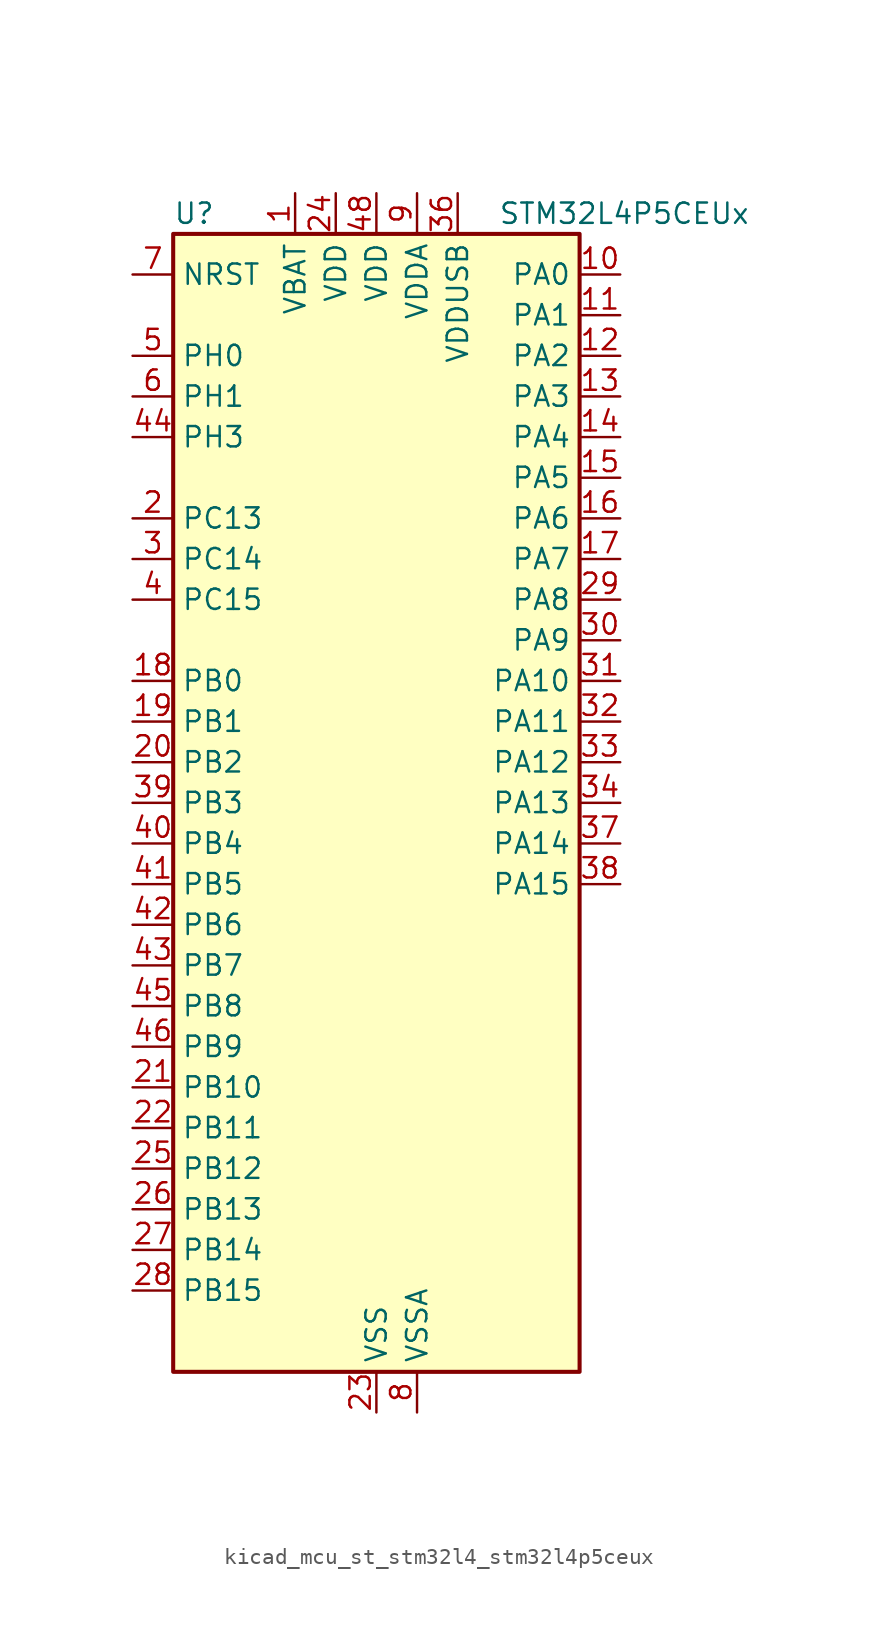
<source format=kicad_sym>
(kicad_symbol_lib
  (version 20220914)
  (generator kicad_symbol_editor)
  (symbol "kicad_mcu_st_stm32l4_stm32l4p5ceux"
    (property "Reference" "U"
      (at -12.7 36.83 0)
      (effects (font (size 1.27 1.27)) (justify left)))
    (property "Value" "STM32L4P5CEUx"
      (at 7.62 36.83 0)
      (effects (font (size 1.27 1.27)) (justify left)))
    (property "ki_locked" ""
      (at 0 0 0)
      (effects (font (size 1.27 1.27))))
    (symbol "kicad_mcu_st_stm32l4_stm32l4p5ceux_0_1"
      (rectangle (start -12.7 -35.56) (end 12.7 35.56) (stroke (width 0.254) (type default)) (fill (type background))))
    (symbol "kicad_mcu_st_stm32l4_stm32l4p5ceux_1_1"
      (pin power_in line (at -5.08 38.1 270) (length 2.54) (name "VBAT" (effects (font (size 1.27 1.27)))) (number "1" (effects (font (size 1.27 1.27)))))
      (pin bidirectional line (at 15.24 33.02 180) (length 2.54) (name "PA0" (effects (font (size 1.27 1.27)))) (number "10" (effects (font (size 1.27 1.27)))) (alternate "ADC1_IN5" bidirectional line) (alternate "ADC2_IN5" bidirectional line) (alternate "OPAMP1_VINP" bidirectional line) (alternate "RTC_TAMP2" bidirectional line) (alternate "SAI1_EXTCLK" bidirectional line) (alternate "SYS_WKUP1" bidirectional line) (alternate "TIM2_CH1" bidirectional line) (alternate "TIM2_ETR" bidirectional line) (alternate "TIM5_CH1" bidirectional line) (alternate "TIM8_ETR" bidirectional line) (alternate "UART4_TX" bidirectional line) (alternate "USART2_CTS" bidirectional line) (alternate "USART2_NSS" bidirectional line))
      (pin bidirectional line (at 15.24 30.48 180) (length 2.54) (name "PA1" (effects (font (size 1.27 1.27)))) (number "11" (effects (font (size 1.27 1.27)))) (alternate "ADC1_IN6" bidirectional line) (alternate "ADC2_IN6" bidirectional line) (alternate "I2C1_SMBA" bidirectional line) (alternate "OCTOSPIM_P1_DQS" bidirectional line) (alternate "OPAMP1_VINM" bidirectional line) (alternate "SDMMC2_CMD" bidirectional line) (alternate "SPI1_SCK" bidirectional line) (alternate "TIM15_CH1N" bidirectional line) (alternate "TIM2_CH2" bidirectional line) (alternate "TIM5_CH2" bidirectional line) (alternate "UART4_RX" bidirectional line) (alternate "USART2_DE" bidirectional line) (alternate "USART2_RTS" bidirectional line))
      (pin bidirectional line (at 15.24 27.94 180) (length 2.54) (name "PA2" (effects (font (size 1.27 1.27)))) (number "12" (effects (font (size 1.27 1.27)))) (alternate "ADC1_IN7" bidirectional line) (alternate "ADC2_IN7" bidirectional line) (alternate "LPUART1_TX" bidirectional line) (alternate "OCTOSPIM_P1_NCS" bidirectional line) (alternate "RCC_LSCO" bidirectional line) (alternate "SAI2_EXTCLK" bidirectional line) (alternate "SYS_WKUP4" bidirectional line) (alternate "TIM15_CH1" bidirectional line) (alternate "TIM2_CH3" bidirectional line) (alternate "TIM5_CH3" bidirectional line) (alternate "USART2_TX" bidirectional line))
      (pin bidirectional line (at 15.24 25.4 180) (length 2.54) (name "PA3" (effects (font (size 1.27 1.27)))) (number "13" (effects (font (size 1.27 1.27)))) (alternate "ADC1_IN8" bidirectional line) (alternate "ADC2_IN8" bidirectional line) (alternate "LPUART1_RX" bidirectional line) (alternate "OCTOSPIM_P1_CLK" bidirectional line) (alternate "OPAMP1_VOUT" bidirectional line) (alternate "SAI1_CK1" bidirectional line) (alternate "SAI1_MCLK_A" bidirectional line) (alternate "TIM15_CH2" bidirectional line) (alternate "TIM2_CH4" bidirectional line) (alternate "TIM5_CH4" bidirectional line) (alternate "USART2_RX" bidirectional line))
      (pin bidirectional line (at 15.24 22.86 180) (length 2.54) (name "PA4" (effects (font (size 1.27 1.27)))) (number "14" (effects (font (size 1.27 1.27)))) (alternate "ADC1_IN9" bidirectional line) (alternate "ADC2_IN9" bidirectional line) (alternate "DAC1_OUT1" bidirectional line) (alternate "LPTIM2_OUT" bidirectional line) (alternate "LTDC_CLK" bidirectional line) (alternate "OCTOSPIM_P1_NCS" bidirectional line) (alternate "SAI1_FS_B" bidirectional line) (alternate "SPI1_NSS" bidirectional line) (alternate "SPI3_NSS" bidirectional line) (alternate "USART2_CK" bidirectional line))
      (pin bidirectional line (at 15.24 20.32 180) (length 2.54) (name "PA5" (effects (font (size 1.27 1.27)))) (number "15" (effects (font (size 1.27 1.27)))) (alternate "ADC1_IN10" bidirectional line) (alternate "ADC2_IN10" bidirectional line) (alternate "DAC1_OUT2" bidirectional line) (alternate "LPTIM2_ETR" bidirectional line) (alternate "LTDC_R7" bidirectional line) (alternate "SPI1_SCK" bidirectional line) (alternate "TIM2_CH1" bidirectional line) (alternate "TIM2_ETR" bidirectional line) (alternate "TIM8_CH1N" bidirectional line))
      (pin bidirectional line (at 15.24 17.78 180) (length 2.54) (name "PA6" (effects (font (size 1.27 1.27)))) (number "16" (effects (font (size 1.27 1.27)))) (alternate "ADC1_IN11" bidirectional line) (alternate "ADC2_IN11" bidirectional line) (alternate "LPUART1_CTS" bidirectional line) (alternate "OCTOSPIM_P1_IO3" bidirectional line) (alternate "OPAMP2_VINP" bidirectional line) (alternate "SPI1_MISO" bidirectional line) (alternate "TIM16_CH1" bidirectional line) (alternate "TIM1_BKIN" bidirectional line) (alternate "TIM3_CH1" bidirectional line) (alternate "TIM8_BKIN" bidirectional line) (alternate "USART3_CTS" bidirectional line) (alternate "USART3_NSS" bidirectional line))
      (pin bidirectional line (at 15.24 15.24 180) (length 2.54) (name "PA7" (effects (font (size 1.27 1.27)))) (number "17" (effects (font (size 1.27 1.27)))) (alternate "ADC1_IN12" bidirectional line) (alternate "ADC2_IN12" bidirectional line) (alternate "I2C3_SCL" bidirectional line) (alternate "OCTOSPIM_P1_IO2" bidirectional line) (alternate "OPAMP2_VINM" bidirectional line) (alternate "SPI1_MOSI" bidirectional line) (alternate "TIM17_CH1" bidirectional line) (alternate "TIM1_CH1N" bidirectional line) (alternate "TIM3_CH2" bidirectional line) (alternate "TIM8_CH1N" bidirectional line))
      (pin bidirectional line (at -15.24 7.62 0) (length 2.54) (name "PB0" (effects (font (size 1.27 1.27)))) (number "18" (effects (font (size 1.27 1.27)))) (alternate "ADC1_IN15" bidirectional line) (alternate "ADC2_IN15" bidirectional line) (alternate "COMP1_OUT" bidirectional line) (alternate "LTDC_B6" bidirectional line) (alternate "OCTOSPIM_P1_IO1" bidirectional line) (alternate "OPAMP2_VOUT" bidirectional line) (alternate "SAI1_EXTCLK" bidirectional line) (alternate "SPI1_NSS" bidirectional line) (alternate "TIM1_CH2N" bidirectional line) (alternate "TIM3_CH3" bidirectional line) (alternate "TIM8_CH2N" bidirectional line) (alternate "USART3_CK" bidirectional line))
      (pin bidirectional line (at -15.24 5.08 0) (length 2.54) (name "PB1" (effects (font (size 1.27 1.27)))) (number "19" (effects (font (size 1.27 1.27)))) (alternate "ADC1_IN16" bidirectional line) (alternate "ADC2_IN16" bidirectional line) (alternate "COMP1_INM" bidirectional line) (alternate "DFSDM1_DATIN0" bidirectional line) (alternate "LPTIM2_IN1" bidirectional line) (alternate "LPUART1_DE" bidirectional line) (alternate "LPUART1_RTS" bidirectional line) (alternate "LTDC_G6" bidirectional line) (alternate "OCTOSPIM_P1_IO0" bidirectional line) (alternate "TIM1_CH3N" bidirectional line) (alternate "TIM3_CH4" bidirectional line) (alternate "TIM8_CH3N" bidirectional line) (alternate "USART3_DE" bidirectional line) (alternate "USART3_RTS" bidirectional line))
      (pin bidirectional line (at -15.24 17.78 0) (length 2.54) (name "PC13" (effects (font (size 1.27 1.27)))) (number "2" (effects (font (size 1.27 1.27)))) (alternate "RTC_OUT1" bidirectional line) (alternate "RTC_TAMP1" bidirectional line) (alternate "RTC_TS" bidirectional line) (alternate "SYS_WKUP2" bidirectional line))
      (pin bidirectional line (at -15.24 2.54 0) (length 2.54) (name "PB2" (effects (font (size 1.27 1.27)))) (number "20" (effects (font (size 1.27 1.27)))) (alternate "COMP1_INP" bidirectional line) (alternate "DFSDM1_CKIN0" bidirectional line) (alternate "I2C3_SMBA" bidirectional line) (alternate "LPTIM1_OUT" bidirectional line) (alternate "OCTOSPIM_P1_DQS" bidirectional line) (alternate "RTC_OUT2" bidirectional line))
      (pin bidirectional line (at -15.24 -17.78 0) (length 2.54) (name "PB10" (effects (font (size 1.27 1.27)))) (number "21" (effects (font (size 1.27 1.27)))) (alternate "COMP1_OUT" bidirectional line) (alternate "I2C2_SCL" bidirectional line) (alternate "I2C4_SCL" bidirectional line) (alternate "LPUART1_RX" bidirectional line) (alternate "OCTOSPIM_P1_CLK" bidirectional line) (alternate "OCTOSPIM_P1_IO3" bidirectional line) (alternate "SAI1_SCK_A" bidirectional line) (alternate "SPI2_SCK" bidirectional line) (alternate "TIM2_CH3" bidirectional line) (alternate "TSC_SYNC" bidirectional line) (alternate "USART3_TX" bidirectional line))
      (pin bidirectional line (at -15.24 -20.32 0) (length 2.54) (name "PB11" (effects (font (size 1.27 1.27)))) (number "22" (effects (font (size 1.27 1.27)))) (alternate "ADC1_EXTI11" bidirectional line) (alternate "ADC2_EXTI11" bidirectional line) (alternate "COMP2_OUT" bidirectional line) (alternate "I2C2_SDA" bidirectional line) (alternate "I2C4_SDA" bidirectional line) (alternate "LPUART1_TX" bidirectional line) (alternate "LTDC_VSYNC" bidirectional line) (alternate "OCTOSPIM_P1_NCS" bidirectional line) (alternate "TIM2_CH4" bidirectional line) (alternate "USART3_RX" bidirectional line))
      (pin power_in line (at 0 -38.1 90) (length 2.54) (name "VSS" (effects (font (size 1.27 1.27)))) (number "23" (effects (font (size 1.27 1.27)))))
      (pin power_in line (at -2.54 38.1 270) (length 2.54) (name "VDD" (effects (font (size 1.27 1.27)))) (number "24" (effects (font (size 1.27 1.27)))))
      (pin bidirectional line (at -15.24 -22.86 0) (length 2.54) (name "PB12" (effects (font (size 1.27 1.27)))) (number "25" (effects (font (size 1.27 1.27)))) (alternate "DFSDM1_DATIN1" bidirectional line) (alternate "I2C2_SMBA" bidirectional line) (alternate "LPUART1_DE" bidirectional line) (alternate "LPUART1_RTS" bidirectional line) (alternate "OCTOSPIM_P1_NCLK" bidirectional line) (alternate "SAI2_FS_A" bidirectional line) (alternate "SDMMC2_CK" bidirectional line) (alternate "SPI2_NSS" bidirectional line) (alternate "TIM15_BKIN" bidirectional line) (alternate "TIM1_BKIN" bidirectional line) (alternate "TSC_G1_IO1" bidirectional line) (alternate "USART3_CK" bidirectional line))
      (pin bidirectional line (at -15.24 -25.4 0) (length 2.54) (name "PB13" (effects (font (size 1.27 1.27)))) (number "26" (effects (font (size 1.27 1.27)))) (alternate "DFSDM1_CKIN1" bidirectional line) (alternate "I2C2_SCL" bidirectional line) (alternate "LPUART1_CTS" bidirectional line) (alternate "OCTOSPIM_P1_IO1" bidirectional line) (alternate "SAI2_SCK_A" bidirectional line) (alternate "SPI2_SCK" bidirectional line) (alternate "TIM15_CH1N" bidirectional line) (alternate "TIM1_CH1N" bidirectional line) (alternate "TSC_G1_IO2" bidirectional line) (alternate "USART3_CTS" bidirectional line) (alternate "USART3_NSS" bidirectional line))
      (pin bidirectional line (at -15.24 -27.94 0) (length 2.54) (name "PB14" (effects (font (size 1.27 1.27)))) (number "27" (effects (font (size 1.27 1.27)))) (alternate "DFSDM1_DATIN2" bidirectional line) (alternate "I2C2_SDA" bidirectional line) (alternate "OCTOSPIM_P1_IO6" bidirectional line) (alternate "SAI2_MCLK_A" bidirectional line) (alternate "SDMMC2_D0" bidirectional line) (alternate "SPI2_MISO" bidirectional line) (alternate "TIM15_CH1" bidirectional line) (alternate "TIM1_CH2N" bidirectional line) (alternate "TIM8_CH2N" bidirectional line) (alternate "TSC_G1_IO3" bidirectional line) (alternate "USART3_DE" bidirectional line) (alternate "USART3_RTS" bidirectional line))
      (pin bidirectional line (at -15.24 -30.48 0) (length 2.54) (name "PB15" (effects (font (size 1.27 1.27)))) (number "28" (effects (font (size 1.27 1.27)))) (alternate "ADC1_EXTI15" bidirectional line) (alternate "ADC2_EXTI15" bidirectional line) (alternate "DFSDM1_CKIN2" bidirectional line) (alternate "OCTOSPIM_P1_IO7" bidirectional line) (alternate "RTC_REFIN" bidirectional line) (alternate "SAI2_SD_A" bidirectional line) (alternate "SDMMC2_D1" bidirectional line) (alternate "SPI2_MOSI" bidirectional line) (alternate "TIM15_CH2" bidirectional line) (alternate "TIM1_CH3N" bidirectional line) (alternate "TIM8_CH3N" bidirectional line) (alternate "TSC_G1_IO4" bidirectional line))
      (pin bidirectional line (at 15.24 12.7 180) (length 2.54) (name "PA8" (effects (font (size 1.27 1.27)))) (number "29" (effects (font (size 1.27 1.27)))) (alternate "LPTIM2_OUT" bidirectional line) (alternate "LTDC_B7" bidirectional line) (alternate "RCC_MCO" bidirectional line) (alternate "SAI1_CK2" bidirectional line) (alternate "SAI1_SCK_A" bidirectional line) (alternate "TIM1_CH1" bidirectional line) (alternate "USART1_CK" bidirectional line) (alternate "USB_OTG_FS_SOF" bidirectional line))
      (pin bidirectional line (at -15.24 15.24 0) (length 2.54) (name "PC14" (effects (font (size 1.27 1.27)))) (number "3" (effects (font (size 1.27 1.27)))) (alternate "RCC_OSC32_IN" bidirectional line))
      (pin bidirectional line (at 15.24 10.16 180) (length 2.54) (name "PA9" (effects (font (size 1.27 1.27)))) (number "30" (effects (font (size 1.27 1.27)))) (alternate "DAC1_EXTI9" bidirectional line) (alternate "LTDC_G7" bidirectional line) (alternate "SAI1_FS_A" bidirectional line) (alternate "SPI2_SCK" bidirectional line) (alternate "TIM15_BKIN" bidirectional line) (alternate "TIM1_CH2" bidirectional line) (alternate "USART1_TX" bidirectional line) (alternate "USB_OTG_FS_VBUS" bidirectional line))
      (pin bidirectional line (at 15.24 7.62 180) (length 2.54) (name "PA10" (effects (font (size 1.27 1.27)))) (number "31" (effects (font (size 1.27 1.27)))) (alternate "LTDC_G6" bidirectional line) (alternate "SAI1_D1" bidirectional line) (alternate "SAI1_SD_A" bidirectional line) (alternate "TIM17_BKIN" bidirectional line) (alternate "TIM1_CH3" bidirectional line) (alternate "USART1_RX" bidirectional line) (alternate "USB_OTG_FS_ID" bidirectional line))
      (pin bidirectional line (at 15.24 5.08 180) (length 2.54) (name "PA11" (effects (font (size 1.27 1.27)))) (number "32" (effects (font (size 1.27 1.27)))) (alternate "ADC1_EXTI11" bidirectional line) (alternate "ADC2_EXTI11" bidirectional line) (alternate "CAN1_RX" bidirectional line) (alternate "LTDC_DE" bidirectional line) (alternate "SPI1_MISO" bidirectional line) (alternate "TIM1_BKIN2" bidirectional line) (alternate "TIM1_CH4" bidirectional line) (alternate "USART1_CTS" bidirectional line) (alternate "USART1_NSS" bidirectional line) (alternate "USB_OTG_FS_DM" bidirectional line))
      (pin bidirectional line (at 15.24 2.54 180) (length 2.54) (name "PA12" (effects (font (size 1.27 1.27)))) (number "33" (effects (font (size 1.27 1.27)))) (alternate "CAN1_TX" bidirectional line) (alternate "LTDC_VSYNC" bidirectional line) (alternate "OCTOSPIM_P2_NCS" bidirectional line) (alternate "SPI1_MOSI" bidirectional line) (alternate "TIM1_ETR" bidirectional line) (alternate "USART1_DE" bidirectional line) (alternate "USART1_RTS" bidirectional line) (alternate "USB_OTG_FS_DP" bidirectional line))
      (pin bidirectional line (at 15.24 0 180) (length 2.54) (name "PA13" (effects (font (size 1.27 1.27)))) (number "34" (effects (font (size 1.27 1.27)))) (alternate "IR_OUT" bidirectional line) (alternate "SAI1_SD_B" bidirectional line) (alternate "SYS_JTMS-SWDIO" bidirectional line) (alternate "USB_OTG_FS_NOE" bidirectional line))
      (pin passive line (at 0 -38.1 90) (length 2.54) hide (name "VSS" (effects (font (size 1.27 1.27)))) (number "35" (effects (font (size 1.27 1.27)))))
      (pin power_in line (at 5.08 38.1 270) (length 2.54) (name "VDDUSB" (effects (font (size 1.27 1.27)))) (number "36" (effects (font (size 1.27 1.27)))))
      (pin bidirectional line (at 15.24 -2.54 180) (length 2.54) (name "PA14" (effects (font (size 1.27 1.27)))) (number "37" (effects (font (size 1.27 1.27)))) (alternate "I2C1_SMBA" bidirectional line) (alternate "I2C4_SMBA" bidirectional line) (alternate "LPTIM1_OUT" bidirectional line) (alternate "SAI1_FS_B" bidirectional line) (alternate "SYS_JTCK-SWCLK" bidirectional line) (alternate "USB_OTG_FS_SOF" bidirectional line))
      (pin bidirectional line (at 15.24 -5.08 180) (length 2.54) (name "PA15" (effects (font (size 1.27 1.27)))) (number "38" (effects (font (size 1.27 1.27)))) (alternate "ADC1_EXTI15" bidirectional line) (alternate "ADC2_EXTI15" bidirectional line) (alternate "LTDC_HSYNC" bidirectional line) (alternate "SAI2_FS_B" bidirectional line) (alternate "SPI1_NSS" bidirectional line) (alternate "SPI3_NSS" bidirectional line) (alternate "SYS_JTDI" bidirectional line) (alternate "TIM2_CH1" bidirectional line) (alternate "TIM2_ETR" bidirectional line) (alternate "TSC_G3_IO1" bidirectional line) (alternate "UART4_DE" bidirectional line) (alternate "UART4_RTS" bidirectional line) (alternate "USART2_RX" bidirectional line) (alternate "USART3_DE" bidirectional line) (alternate "USART3_RTS" bidirectional line))
      (pin bidirectional line (at -15.24 0 0) (length 2.54) (name "PB3" (effects (font (size 1.27 1.27)))) (number "39" (effects (font (size 1.27 1.27)))) (alternate "COMP2_INM" bidirectional line) (alternate "CRS_SYNC" bidirectional line) (alternate "OCTOSPIM_P1_IO4" bidirectional line) (alternate "SAI1_SCK_B" bidirectional line) (alternate "SDMMC2_D2" bidirectional line) (alternate "SPI1_SCK" bidirectional line) (alternate "SPI3_SCK" bidirectional line) (alternate "SYS_JTDO-SWO" bidirectional line) (alternate "TIM2_CH2" bidirectional line) (alternate "USART1_DE" bidirectional line) (alternate "USART1_RTS" bidirectional line))
      (pin bidirectional line (at -15.24 12.7 0) (length 2.54) (name "PC15" (effects (font (size 1.27 1.27)))) (number "4" (effects (font (size 1.27 1.27)))) (alternate "ADC1_EXTI15" bidirectional line) (alternate "ADC2_EXTI15" bidirectional line) (alternate "RCC_OSC32_OUT" bidirectional line))
      (pin bidirectional line (at -15.24 -2.54 0) (length 2.54) (name "PB4" (effects (font (size 1.27 1.27)))) (number "40" (effects (font (size 1.27 1.27)))) (alternate "COMP2_INP" bidirectional line) (alternate "I2C3_SDA" bidirectional line) (alternate "OCTOSPIM_P1_IO5" bidirectional line) (alternate "SAI1_MCLK_B" bidirectional line) (alternate "SDMMC2_D3" bidirectional line) (alternate "SPI1_MISO" bidirectional line) (alternate "SPI3_MISO" bidirectional line) (alternate "SYS_JTRST" bidirectional line) (alternate "TIM17_BKIN" bidirectional line) (alternate "TIM3_CH1" bidirectional line) (alternate "TSC_G2_IO1" bidirectional line) (alternate "USART1_CTS" bidirectional line) (alternate "USART1_NSS" bidirectional line))
      (pin bidirectional line (at -15.24 -5.08 0) (length 2.54) (name "PB5" (effects (font (size 1.27 1.27)))) (number "41" (effects (font (size 1.27 1.27)))) (alternate "COMP2_OUT" bidirectional line) (alternate "I2C1_SMBA" bidirectional line) (alternate "LPTIM1_IN1" bidirectional line) (alternate "OCTOSPIM_P1_IO0" bidirectional line) (alternate "SAI1_SD_B" bidirectional line) (alternate "SPI1_MOSI" bidirectional line) (alternate "SPI3_MOSI" bidirectional line) (alternate "TIM16_BKIN" bidirectional line) (alternate "TIM3_CH2" bidirectional line) (alternate "TSC_G2_IO2" bidirectional line) (alternate "USART1_CK" bidirectional line))
      (pin bidirectional line (at -15.24 -7.62 0) (length 2.54) (name "PB6" (effects (font (size 1.27 1.27)))) (number "42" (effects (font (size 1.27 1.27)))) (alternate "COMP2_INP" bidirectional line) (alternate "I2C1_SCL" bidirectional line) (alternate "I2C4_SCL" bidirectional line) (alternate "LPTIM1_ETR" bidirectional line) (alternate "LTDC_R6" bidirectional line) (alternate "SAI1_FS_B" bidirectional line) (alternate "TIM16_CH1N" bidirectional line) (alternate "TIM4_CH1" bidirectional line) (alternate "TIM8_BKIN2" bidirectional line) (alternate "TSC_G2_IO3" bidirectional line) (alternate "USART1_TX" bidirectional line))
      (pin bidirectional line (at -15.24 -10.16 0) (length 2.54) (name "PB7" (effects (font (size 1.27 1.27)))) (number "43" (effects (font (size 1.27 1.27)))) (alternate "COMP2_INM" bidirectional line) (alternate "I2C1_SDA" bidirectional line) (alternate "I2C4_SDA" bidirectional line) (alternate "LPTIM1_IN2" bidirectional line) (alternate "LTDC_VSYNC" bidirectional line) (alternate "SYS_PVD_IN" bidirectional line) (alternate "TIM17_CH1N" bidirectional line) (alternate "TIM4_CH2" bidirectional line) (alternate "TIM8_BKIN" bidirectional line) (alternate "TSC_G2_IO4" bidirectional line) (alternate "UART4_CTS" bidirectional line) (alternate "USART1_RX" bidirectional line))
      (pin bidirectional line (at -15.24 22.86 0) (length 2.54) (name "PH3" (effects (font (size 1.27 1.27)))) (number "44" (effects (font (size 1.27 1.27)))))
      (pin bidirectional line (at -15.24 -12.7 0) (length 2.54) (name "PB8" (effects (font (size 1.27 1.27)))) (number "45" (effects (font (size 1.27 1.27)))) (alternate "CAN1_RX" bidirectional line) (alternate "DFSDM1_CKOUT" bidirectional line) (alternate "I2C1_SCL" bidirectional line) (alternate "LTDC_DE" bidirectional line) (alternate "SAI1_CK1" bidirectional line) (alternate "SAI1_MCLK_A" bidirectional line) (alternate "SDMMC2_D4" bidirectional line) (alternate "TIM16_CH1" bidirectional line) (alternate "TIM4_CH3" bidirectional line))
      (pin bidirectional line (at -15.24 -15.24 0) (length 2.54) (name "PB9" (effects (font (size 1.27 1.27)))) (number "46" (effects (font (size 1.27 1.27)))) (alternate "CAN1_TX" bidirectional line) (alternate "DAC1_EXTI9" bidirectional line) (alternate "I2C1_SDA" bidirectional line) (alternate "IR_OUT" bidirectional line) (alternate "SAI1_D2" bidirectional line) (alternate "SAI1_FS_A" bidirectional line) (alternate "SDMMC2_D5" bidirectional line) (alternate "SPI2_NSS" bidirectional line) (alternate "TIM17_CH1" bidirectional line) (alternate "TIM4_CH4" bidirectional line))
      (pin passive line (at 0 -38.1 90) (length 2.54) hide (name "VSS" (effects (font (size 1.27 1.27)))) (number "47" (effects (font (size 1.27 1.27)))))
      (pin power_in line (at 0 38.1 270) (length 2.54) (name "VDD" (effects (font (size 1.27 1.27)))) (number "48" (effects (font (size 1.27 1.27)))))
      (pin passive line (at 0 -38.1 90) (length 2.54) hide (name "VSS" (effects (font (size 1.27 1.27)))) (number "49" (effects (font (size 1.27 1.27)))))
      (pin bidirectional line (at -15.24 27.94 0) (length 2.54) (name "PH0" (effects (font (size 1.27 1.27)))) (number "5" (effects (font (size 1.27 1.27)))) (alternate "RCC_OSC_IN" bidirectional line))
      (pin bidirectional line (at -15.24 25.4 0) (length 2.54) (name "PH1" (effects (font (size 1.27 1.27)))) (number "6" (effects (font (size 1.27 1.27)))) (alternate "RCC_OSC_OUT" bidirectional line))
      (pin input line (at -15.24 33.02 0) (length 2.54) (name "NRST" (effects (font (size 1.27 1.27)))) (number "7" (effects (font (size 1.27 1.27)))))
      (pin power_in line (at 2.54 -38.1 90) (length 2.54) (name "VSSA" (effects (font (size 1.27 1.27)))) (number "8" (effects (font (size 1.27 1.27)))))
      (pin power_in line (at 2.54 38.1 270) (length 2.54) (name "VDDA" (effects (font (size 1.27 1.27)))) (number "9" (effects (font (size 1.27 1.27))))))))
</source>
